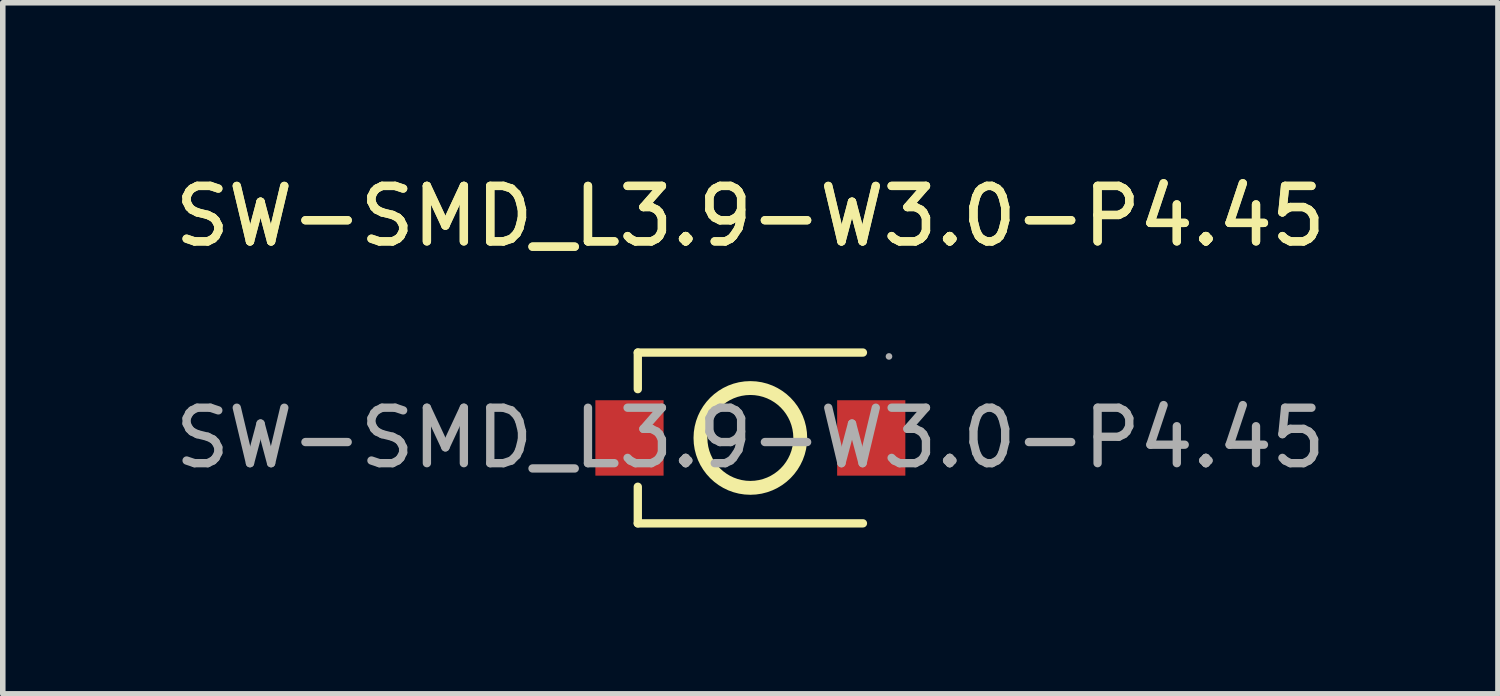
<source format=kicad_pcb>
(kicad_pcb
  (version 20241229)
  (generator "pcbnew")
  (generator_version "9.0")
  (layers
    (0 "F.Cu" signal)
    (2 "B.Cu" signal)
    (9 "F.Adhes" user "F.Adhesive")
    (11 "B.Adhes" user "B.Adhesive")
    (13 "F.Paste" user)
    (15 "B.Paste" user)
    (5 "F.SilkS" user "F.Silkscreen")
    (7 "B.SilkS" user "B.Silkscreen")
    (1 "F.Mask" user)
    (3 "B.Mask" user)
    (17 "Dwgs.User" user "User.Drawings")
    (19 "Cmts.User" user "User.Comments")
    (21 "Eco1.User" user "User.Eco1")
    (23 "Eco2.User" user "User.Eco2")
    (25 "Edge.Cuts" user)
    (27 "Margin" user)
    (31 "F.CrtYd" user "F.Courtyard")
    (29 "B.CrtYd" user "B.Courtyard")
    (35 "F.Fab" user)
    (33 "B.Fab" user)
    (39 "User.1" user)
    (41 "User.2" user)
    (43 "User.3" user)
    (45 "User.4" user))
  (footprint "SW-SMD_L3.9-W3.0-P4.45"
    (layer "F.Cu")
    (at 10.482 4.848)
    (property "Reference" "SW-SMD_L3.9-W3.0-P4.45" (at 0 -4 0) (layer "F.SilkS") (effects (font (size 1 1) (thickness 0.15))))
    (attr smd)
    (fp_line (start -2.03 -1.54) (end -2.03 -0.88) (stroke (width 0.15) (type solid)) (layer "F.SilkS"))
    (fp_line (start -2.03 1.54) (end -2.03 0.88) (stroke (width 0.15) (type solid)) (layer "F.SilkS"))
    (fp_line (start 2.03 -1.54) (end -2.03 -1.54) (stroke (width 0.15) (type solid)) (layer "F.SilkS"))
    (fp_line (start 2.03 1.54) (end -2.03 1.54) (stroke (width 0.15) (type solid)) (layer "F.SilkS"))
    (fp_circle (center 0 0) (end 0.9 0) (stroke (width 0.25) (type solid)) (fill no) (layer "F.SilkS"))
    (fp_circle (center 2.5 -1.47) (end 2.53 -1.47) (stroke (width 0.06) (type solid)) (fill no) (layer "F.Fab"))
    (fp_text user "${REFERENCE}" (at 0 -4 0) (layer "F.SilkS") (effects (font (size 1 1) (thickness 0.15))))
    (fp_text user "${REFERENCE}" (at 0 0 0) (layer "F.Fab") (effects (font (size 1 1) (thickness 0.15))))
    (pad "1" smd rect (at -2.18 0) (size 1.23 1.36) (layers "F.Cu" "F.Mask" "F.Paste"))
    (pad "2" smd rect (at 2.18 0) (size 1.23 1.36) (layers "F.Cu" "F.Mask" "F.Paste")))
  (gr_rect
    (start -3 -3)
    (end 23.964 9.463)
    (stroke (width 0.1) (type default))
    (fill no)
    (layer "Edge.Cuts")))
</source>
